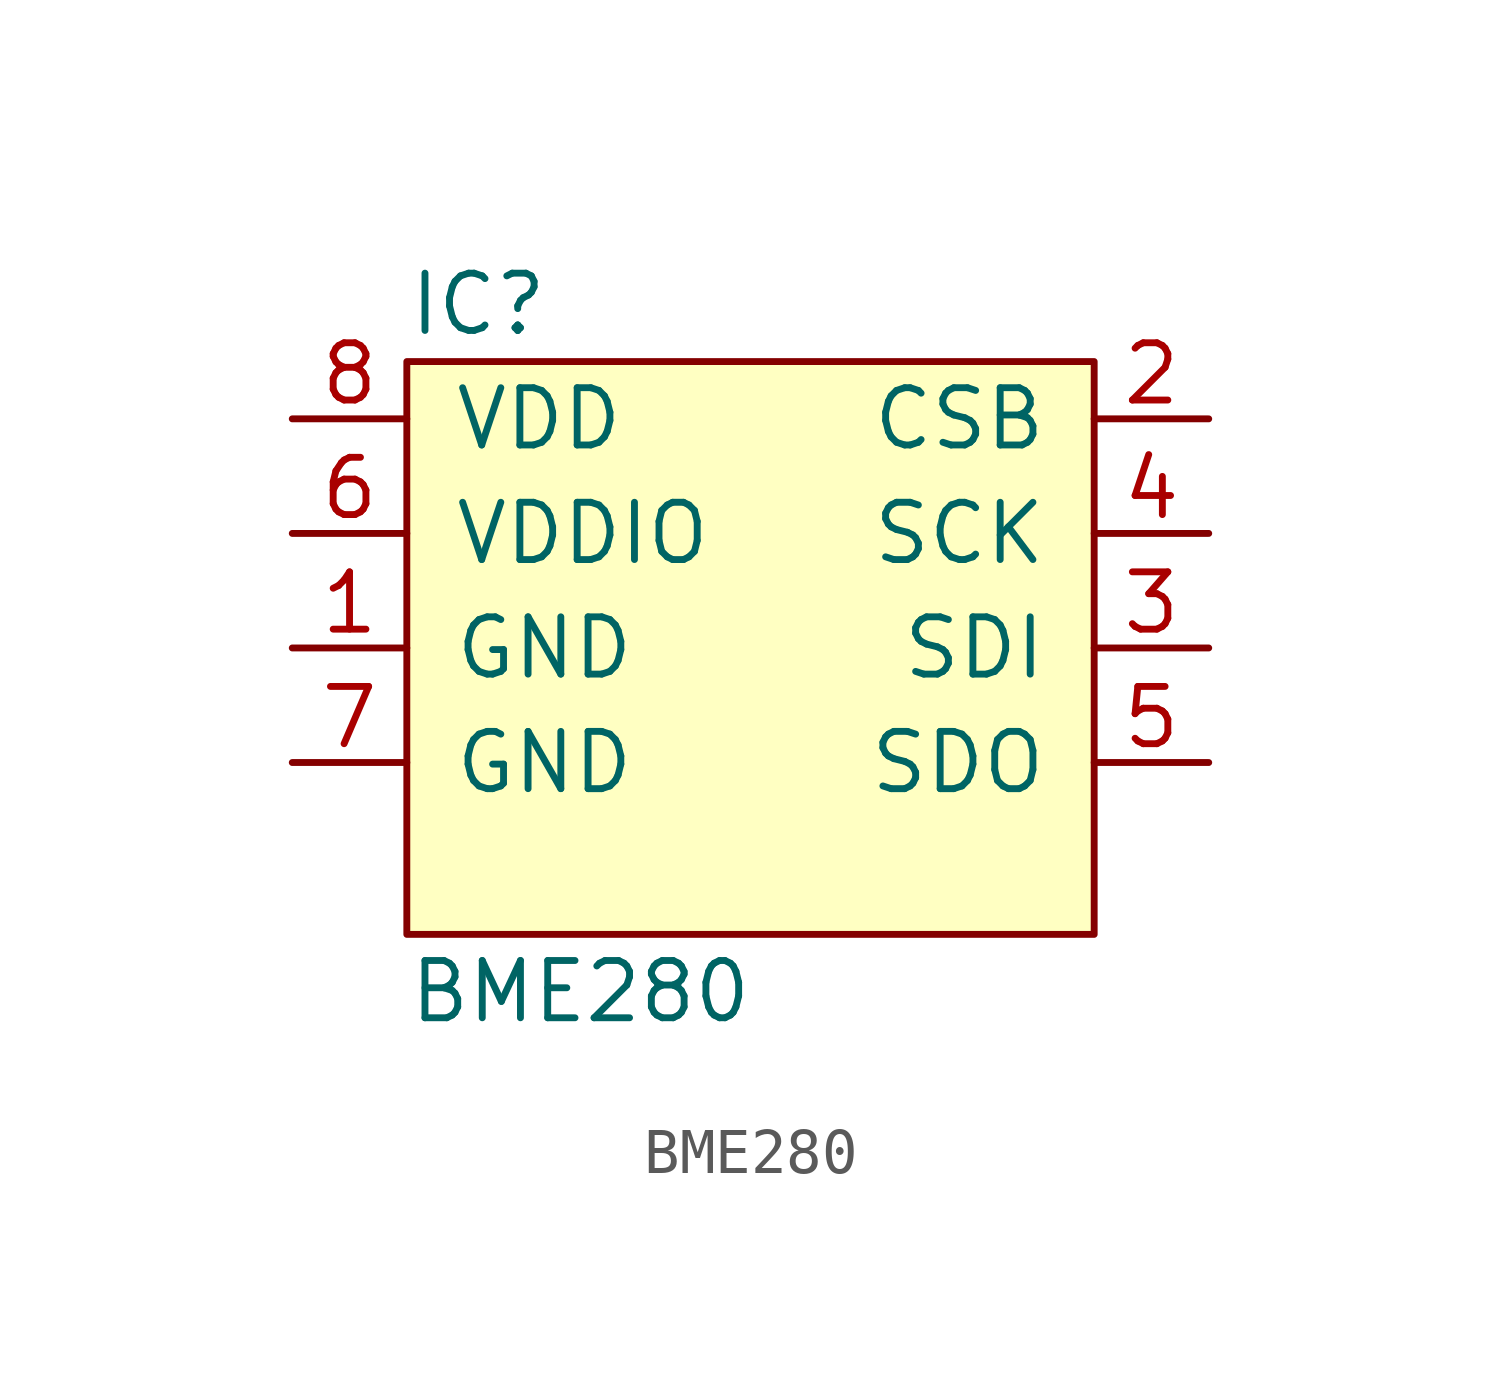
<source format=kicad_sym>
(kicad_symbol_lib
  (version 20211014)
  (generator agg_kicad.build_lib_ic)
  (symbol "BME280"
    (pin_names
      (offset 1.016))
    (property Reference IC
      (at -7.62 7.62 0)
      (effects (font (size 1.27 1.27)) (justify left)))
    (property Value "BME280"
      (at -7.62 -7.62 0)
      (effects (font (size 1.27 1.27)) (justify left)))
    (symbol "BME280_0_0"
      (rectangle (start -7.62 6.35) (end 7.62 -6.35) (stroke (width 0) (type default) (color 0 0 0 0)) (fill (type background)))
      (pin power_in line (at -10.16 5.08 0) (length 2.54) (name VDD (effects (font (size 1.27 1.27)))) (number "8" (effects (font (size 1.27 1.27)))))
      (pin power_in line (at -10.16 2.54 0) (length 2.54) (name VDDIO (effects (font (size 1.27 1.27)))) (number "6" (effects (font (size 1.27 1.27)))))
      (pin power_in line (at -10.16 0 0) (length 2.54) (name GND (effects (font (size 1.27 1.27)))) (number "1" (effects (font (size 1.27 1.27)))))
      (pin power_in line (at -10.16 -2.54 0) (length 2.54) (name GND (effects (font (size 1.27 1.27)))) (number "7" (effects (font (size 1.27 1.27)))))
      (pin input line (at 10.16 5.08 180) (length 2.54) (name CSB (effects (font (size 1.27 1.27)))) (number "2" (effects (font (size 1.27 1.27)))))
      (pin input line (at 10.16 2.54 180) (length 2.54) (name SCK (effects (font (size 1.27 1.27)))) (number "4" (effects (font (size 1.27 1.27)))))
      (pin bidirectional line (at 10.16 0 180) (length 2.54) (name SDI (effects (font (size 1.27 1.27)))) (number "3" (effects (font (size 1.27 1.27)))))
      (pin bidirectional line (at 10.16 -2.54 180) (length 2.54) (name SDO (effects (font (size 1.27 1.27)))) (number "5" (effects (font (size 1.27 1.27))))))))
</source>
